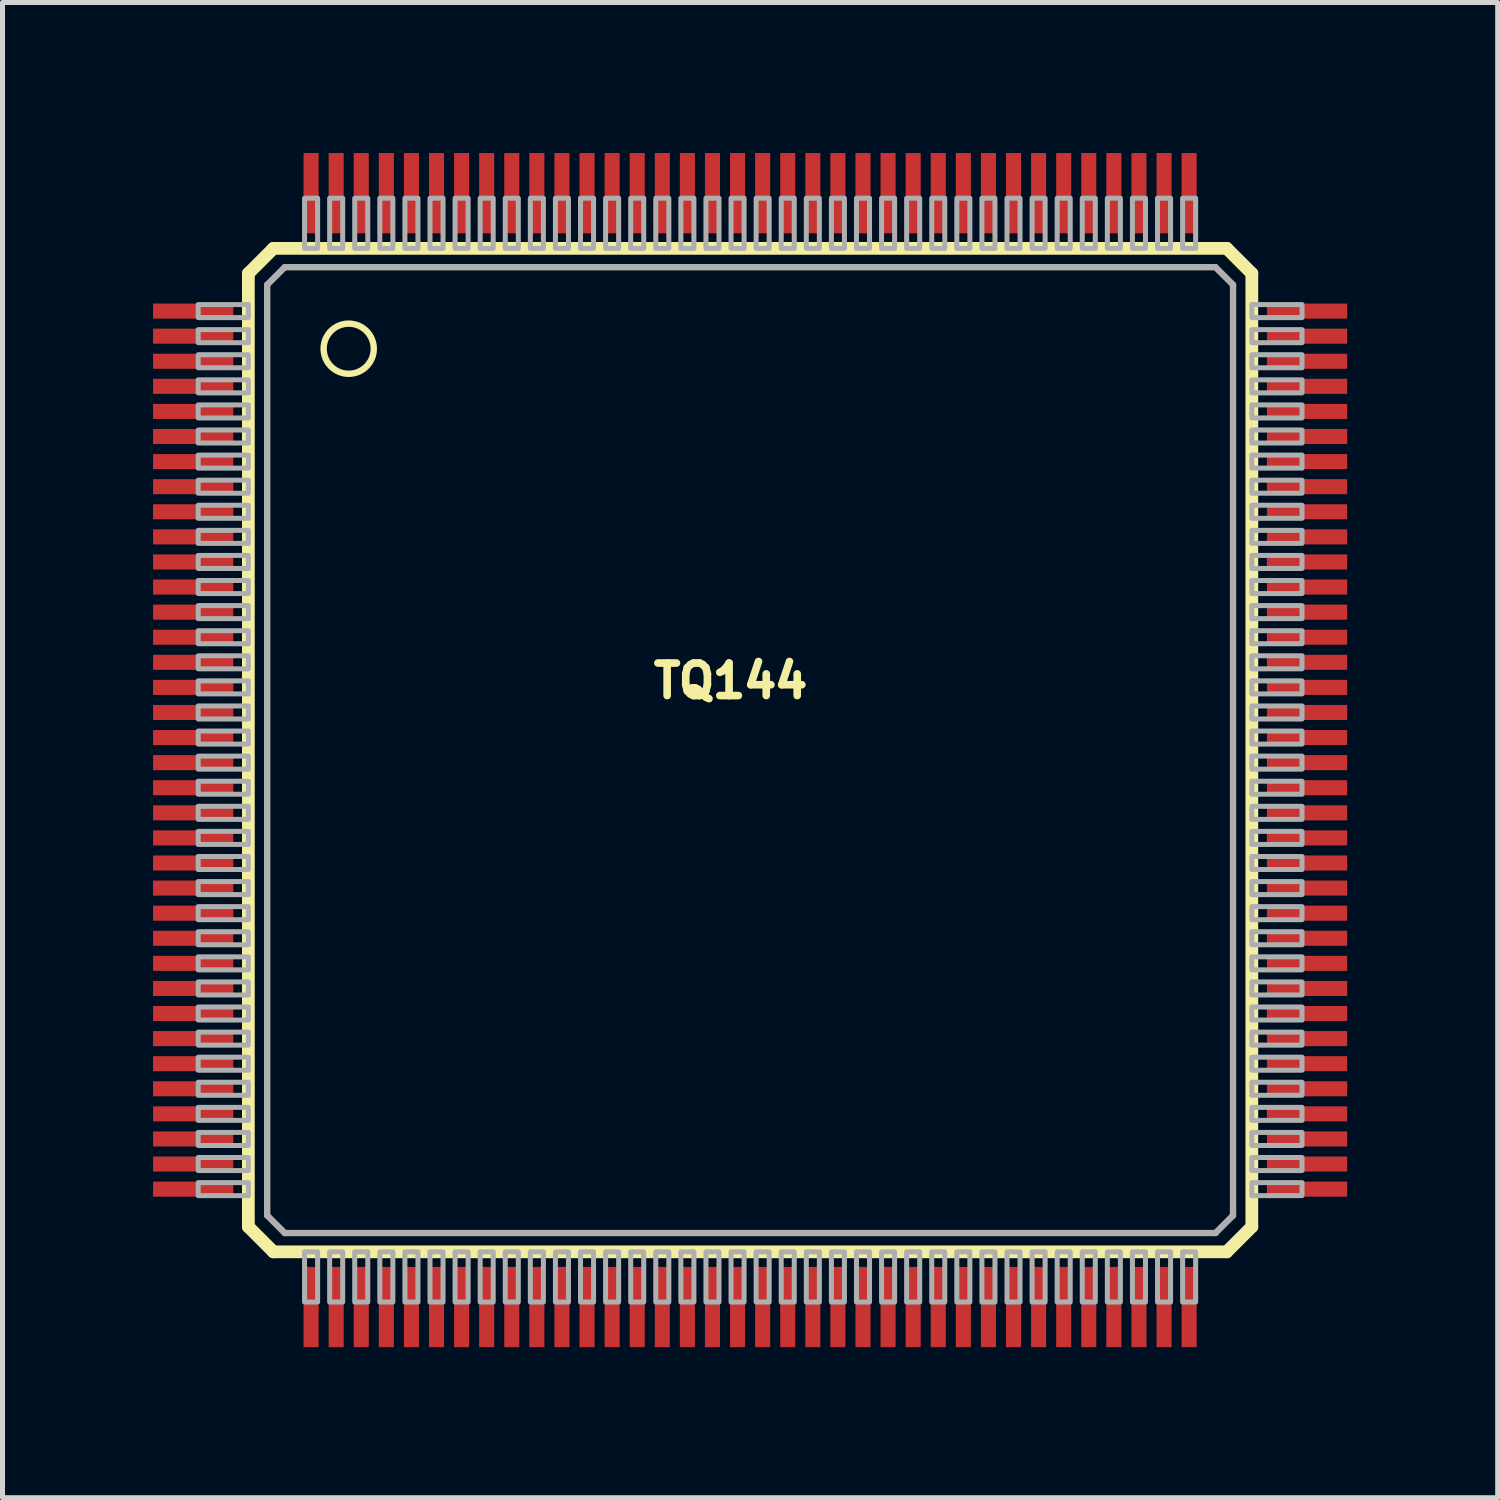
<source format=kicad_pcb>
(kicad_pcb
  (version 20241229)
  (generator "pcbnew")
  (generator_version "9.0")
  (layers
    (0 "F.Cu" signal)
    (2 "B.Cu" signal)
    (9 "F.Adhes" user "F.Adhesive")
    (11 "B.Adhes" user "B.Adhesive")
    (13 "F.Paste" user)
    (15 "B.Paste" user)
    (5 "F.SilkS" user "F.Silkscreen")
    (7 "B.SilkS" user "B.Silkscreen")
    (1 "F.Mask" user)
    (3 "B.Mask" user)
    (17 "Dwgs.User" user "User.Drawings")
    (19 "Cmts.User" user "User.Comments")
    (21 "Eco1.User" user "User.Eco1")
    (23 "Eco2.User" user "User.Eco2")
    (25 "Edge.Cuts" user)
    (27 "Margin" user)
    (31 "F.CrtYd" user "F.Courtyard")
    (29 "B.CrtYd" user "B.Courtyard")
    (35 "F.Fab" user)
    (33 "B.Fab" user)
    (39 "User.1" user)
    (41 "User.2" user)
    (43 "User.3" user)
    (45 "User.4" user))
  (footprint "TQ144"
    (layer "F.Cu")
    (at 11.9 11.9)
    (property "Reference" "TQ144" (at -2 -1 0) (layer "F.SilkS") (effects (font (size 0.648 0.648) (thickness 0.152)) (justify left bottom)))
    (fp_line (start -10 -9.5) (end -10 9.5) (stroke (width 0.254) (type solid)) (layer "F.SilkS"))
    (fp_line (start -10 9.5) (end -9.5 10) (stroke (width 0.254) (type solid)) (layer "F.SilkS"))
    (fp_line (start -9.5 -10) (end -10 -9.5) (stroke (width 0.254) (type solid)) (layer "F.SilkS"))
    (fp_line (start -9.5 10) (end 9.5 10) (stroke (width 0.254) (type solid)) (layer "F.SilkS"))
    (fp_line (start 9.5 -10) (end -9.5 -10) (stroke (width 0.254) (type solid)) (layer "F.SilkS"))
    (fp_line (start 9.5 10) (end 10 9.5) (stroke (width 0.254) (type solid)) (layer "F.SilkS"))
    (fp_line (start 10 -9.5) (end 9.5 -10) (stroke (width 0.254) (type solid)) (layer "F.SilkS"))
    (fp_line (start 10 9.5) (end 10 -9.5) (stroke (width 0.254) (type solid)) (layer "F.SilkS"))
    (fp_circle (center -8 -8) (end -7.5 -8) (stroke (width 0.127) (type solid)) (fill no) (layer "F.SilkS"))
    (fp_line (start -9.625 -9.275) (end -9.625 9.275) (stroke (width 0.127) (type solid)) (layer "F.Fab"))
    (fp_line (start -9.625 9.275) (end -9.275 9.625) (stroke (width 0.127) (type solid)) (layer "F.Fab"))
    (fp_line (start -9.275 -9.625) (end -9.625 -9.275) (stroke (width 0.127) (type solid)) (layer "F.Fab"))
    (fp_line (start -9.275 9.625) (end 9.275 9.625) (stroke (width 0.127) (type solid)) (layer "F.Fab"))
    (fp_line (start 9.275 -9.625) (end -9.275 -9.625) (stroke (width 0.127) (type solid)) (layer "F.Fab"))
    (fp_line (start 9.275 9.625) (end 9.625 9.275) (stroke (width 0.127) (type solid)) (layer "F.Fab"))
    (fp_line (start 9.625 -9.275) (end 9.275 -9.625) (stroke (width 0.127) (type solid)) (layer "F.Fab"))
    (fp_line (start 9.625 9.275) (end 9.625 -9.275) (stroke (width 0.127) (type solid)) (layer "F.Fab"))
    (fp_poly (pts (xy -11 -8.62) (xy -10 -8.62) (xy -10 -8.88) (xy -11 -8.88)) (stroke (width 0.1) (type solid)) (fill no) (layer "F.Fab"))
    (fp_poly (pts (xy -11 -8.12) (xy -10 -8.12) (xy -10 -8.38) (xy -11 -8.38)) (stroke (width 0.1) (type solid)) (fill no) (layer "F.Fab"))
    (fp_poly (pts (xy -11 -7.62) (xy -10 -7.62) (xy -10 -7.88) (xy -11 -7.88)) (stroke (width 0.1) (type solid)) (fill no) (layer "F.Fab"))
    (fp_poly (pts (xy -11 -7.12) (xy -10 -7.12) (xy -10 -7.38) (xy -11 -7.38)) (stroke (width 0.1) (type solid)) (fill no) (layer "F.Fab"))
    (fp_poly (pts (xy -11 -6.62) (xy -10 -6.62) (xy -10 -6.88) (xy -11 -6.88)) (stroke (width 0.1) (type solid)) (fill no) (layer "F.Fab"))
    (fp_poly (pts (xy -11 -6.12) (xy -10 -6.12) (xy -10 -6.38) (xy -11 -6.38)) (stroke (width 0.1) (type solid)) (fill no) (layer "F.Fab"))
    (fp_poly (pts (xy -11 -5.62) (xy -10 -5.62) (xy -10 -5.88) (xy -11 -5.88)) (stroke (width 0.1) (type solid)) (fill no) (layer "F.Fab"))
    (fp_poly (pts (xy -11 -5.12) (xy -10 -5.12) (xy -10 -5.38) (xy -11 -5.38)) (stroke (width 0.1) (type solid)) (fill no) (layer "F.Fab"))
    (fp_poly (pts (xy -11 -4.62) (xy -10 -4.62) (xy -10 -4.88) (xy -11 -4.88)) (stroke (width 0.1) (type solid)) (fill no) (layer "F.Fab"))
    (fp_poly (pts (xy -11 -4.12) (xy -10 -4.12) (xy -10 -4.38) (xy -11 -4.38)) (stroke (width 0.1) (type solid)) (fill no) (layer "F.Fab"))
    (fp_poly (pts (xy -11 -3.62) (xy -10 -3.62) (xy -10 -3.88) (xy -11 -3.88)) (stroke (width 0.1) (type solid)) (fill no) (layer "F.Fab"))
    (fp_poly (pts (xy -11 -3.12) (xy -10 -3.12) (xy -10 -3.38) (xy -11 -3.38)) (stroke (width 0.1) (type solid)) (fill no) (layer "F.Fab"))
    (fp_poly (pts (xy -11 -2.62) (xy -10 -2.62) (xy -10 -2.88) (xy -11 -2.88)) (stroke (width 0.1) (type solid)) (fill no) (layer "F.Fab"))
    (fp_poly (pts (xy -11 -2.12) (xy -10 -2.12) (xy -10 -2.38) (xy -11 -2.38)) (stroke (width 0.1) (type solid)) (fill no) (layer "F.Fab"))
    (fp_poly (pts (xy -11 -1.62) (xy -10 -1.62) (xy -10 -1.88) (xy -11 -1.88)) (stroke (width 0.1) (type solid)) (fill no) (layer "F.Fab"))
    (fp_poly (pts (xy -11 -1.12) (xy -10 -1.12) (xy -10 -1.38) (xy -11 -1.38)) (stroke (width 0.1) (type solid)) (fill no) (layer "F.Fab"))
    (fp_poly (pts (xy -11 -0.62) (xy -10 -0.62) (xy -10 -0.88) (xy -11 -0.88)) (stroke (width 0.1) (type solid)) (fill no) (layer "F.Fab"))
    (fp_poly (pts (xy -11 -0.12) (xy -10 -0.12) (xy -10 -0.38) (xy -11 -0.38)) (stroke (width 0.1) (type solid)) (fill no) (layer "F.Fab"))
    (fp_poly (pts (xy -11 0.38) (xy -10 0.38) (xy -10 0.12) (xy -11 0.12)) (stroke (width 0.1) (type solid)) (fill no) (layer "F.Fab"))
    (fp_poly (pts (xy -11 0.88) (xy -10 0.88) (xy -10 0.62) (xy -11 0.62)) (stroke (width 0.1) (type solid)) (fill no) (layer "F.Fab"))
    (fp_poly (pts (xy -11 1.38) (xy -10 1.38) (xy -10 1.12) (xy -11 1.12)) (stroke (width 0.1) (type solid)) (fill no) (layer "F.Fab"))
    (fp_poly (pts (xy -11 1.88) (xy -10 1.88) (xy -10 1.62) (xy -11 1.62)) (stroke (width 0.1) (type solid)) (fill no) (layer "F.Fab"))
    (fp_poly (pts (xy -11 2.38) (xy -10 2.38) (xy -10 2.12) (xy -11 2.12)) (stroke (width 0.1) (type solid)) (fill no) (layer "F.Fab"))
    (fp_poly (pts (xy -11 2.88) (xy -10 2.88) (xy -10 2.62) (xy -11 2.62)) (stroke (width 0.1) (type solid)) (fill no) (layer "F.Fab"))
    (fp_poly (pts (xy -11 3.38) (xy -10 3.38) (xy -10 3.12) (xy -11 3.12)) (stroke (width 0.1) (type solid)) (fill no) (layer "F.Fab"))
    (fp_poly (pts (xy -11 3.88) (xy -10 3.88) (xy -10 3.62) (xy -11 3.62)) (stroke (width 0.1) (type solid)) (fill no) (layer "F.Fab"))
    (fp_poly (pts (xy -11 4.38) (xy -10 4.38) (xy -10 4.12) (xy -11 4.12)) (stroke (width 0.1) (type solid)) (fill no) (layer "F.Fab"))
    (fp_poly (pts (xy -11 4.88) (xy -10 4.88) (xy -10 4.62) (xy -11 4.62)) (stroke (width 0.1) (type solid)) (fill no) (layer "F.Fab"))
    (fp_poly (pts (xy -11 5.38) (xy -10 5.38) (xy -10 5.12) (xy -11 5.12)) (stroke (width 0.1) (type solid)) (fill no) (layer "F.Fab"))
    (fp_poly (pts (xy -11 5.88) (xy -10 5.88) (xy -10 5.62) (xy -11 5.62)) (stroke (width 0.1) (type solid)) (fill no) (layer "F.Fab"))
    (fp_poly (pts (xy -11 6.38) (xy -10 6.38) (xy -10 6.12) (xy -11 6.12)) (stroke (width 0.1) (type solid)) (fill no) (layer "F.Fab"))
    (fp_poly (pts (xy -11 6.88) (xy -10 6.88) (xy -10 6.62) (xy -11 6.62)) (stroke (width 0.1) (type solid)) (fill no) (layer "F.Fab"))
    (fp_poly (pts (xy -11 7.38) (xy -10 7.38) (xy -10 7.12) (xy -11 7.12)) (stroke (width 0.1) (type solid)) (fill no) (layer "F.Fab"))
    (fp_poly (pts (xy -11 7.88) (xy -10 7.88) (xy -10 7.62) (xy -11 7.62)) (stroke (width 0.1) (type solid)) (fill no) (layer "F.Fab"))
    (fp_poly (pts (xy -11 8.38) (xy -10 8.38) (xy -10 8.12) (xy -11 8.12)) (stroke (width 0.1) (type solid)) (fill no) (layer "F.Fab"))
    (fp_poly (pts (xy -11 8.88) (xy -10 8.88) (xy -10 8.62) (xy -11 8.62)) (stroke (width 0.1) (type solid)) (fill no) (layer "F.Fab"))
    (fp_poly (pts (xy -8.88 -10) (xy -8.62 -10) (xy -8.62 -11) (xy -8.88 -11)) (stroke (width 0.1) (type solid)) (fill no) (layer "F.Fab"))
    (fp_poly (pts (xy -8.88 11) (xy -8.62 11) (xy -8.62 10) (xy -8.88 10)) (stroke (width 0.1) (type solid)) (fill no) (layer "F.Fab"))
    (fp_poly (pts (xy -8.38 -10) (xy -8.12 -10) (xy -8.12 -11) (xy -8.38 -11)) (stroke (width 0.1) (type solid)) (fill no) (layer "F.Fab"))
    (fp_poly (pts (xy -8.38 11) (xy -8.12 11) (xy -8.12 10) (xy -8.38 10)) (stroke (width 0.1) (type solid)) (fill no) (layer "F.Fab"))
    (fp_poly (pts (xy -7.88 -10) (xy -7.62 -10) (xy -7.62 -11) (xy -7.88 -11)) (stroke (width 0.1) (type solid)) (fill no) (layer "F.Fab"))
    (fp_poly (pts (xy -7.88 11) (xy -7.62 11) (xy -7.62 10) (xy -7.88 10)) (stroke (width 0.1) (type solid)) (fill no) (layer "F.Fab"))
    (fp_poly (pts (xy -7.38 -10) (xy -7.12 -10) (xy -7.12 -11) (xy -7.38 -11)) (stroke (width 0.1) (type solid)) (fill no) (layer "F.Fab"))
    (fp_poly (pts (xy -7.38 11) (xy -7.12 11) (xy -7.12 10) (xy -7.38 10)) (stroke (width 0.1) (type solid)) (fill no) (layer "F.Fab"))
    (fp_poly (pts (xy -6.88 -10) (xy -6.62 -10) (xy -6.62 -11) (xy -6.88 -11)) (stroke (width 0.1) (type solid)) (fill no) (layer "F.Fab"))
    (fp_poly (pts (xy -6.88 11) (xy -6.62 11) (xy -6.62 10) (xy -6.88 10)) (stroke (width 0.1) (type solid)) (fill no) (layer "F.Fab"))
    (fp_poly (pts (xy -6.38 -10) (xy -6.12 -10) (xy -6.12 -11) (xy -6.38 -11)) (stroke (width 0.1) (type solid)) (fill no) (layer "F.Fab"))
    (fp_poly (pts (xy -6.38 11) (xy -6.12 11) (xy -6.12 10) (xy -6.38 10)) (stroke (width 0.1) (type solid)) (fill no) (layer "F.Fab"))
    (fp_poly (pts (xy -5.88 -10) (xy -5.62 -10) (xy -5.62 -11) (xy -5.88 -11)) (stroke (width 0.1) (type solid)) (fill no) (layer "F.Fab"))
    (fp_poly (pts (xy -5.88 11) (xy -5.62 11) (xy -5.62 10) (xy -5.88 10)) (stroke (width 0.1) (type solid)) (fill no) (layer "F.Fab"))
    (fp_poly (pts (xy -5.38 -10) (xy -5.12 -10) (xy -5.12 -11) (xy -5.38 -11)) (stroke (width 0.1) (type solid)) (fill no) (layer "F.Fab"))
    (fp_poly (pts (xy -5.38 11) (xy -5.12 11) (xy -5.12 10) (xy -5.38 10)) (stroke (width 0.1) (type solid)) (fill no) (layer "F.Fab"))
    (fp_poly (pts (xy -4.88 -10) (xy -4.62 -10) (xy -4.62 -11) (xy -4.88 -11)) (stroke (width 0.1) (type solid)) (fill no) (layer "F.Fab"))
    (fp_poly (pts (xy -4.88 11) (xy -4.62 11) (xy -4.62 10) (xy -4.88 10)) (stroke (width 0.1) (type solid)) (fill no) (layer "F.Fab"))
    (fp_poly (pts (xy -4.38 -10) (xy -4.12 -10) (xy -4.12 -11) (xy -4.38 -11)) (stroke (width 0.1) (type solid)) (fill no) (layer "F.Fab"))
    (fp_poly (pts (xy -4.38 11) (xy -4.12 11) (xy -4.12 10) (xy -4.38 10)) (stroke (width 0.1) (type solid)) (fill no) (layer "F.Fab"))
    (fp_poly (pts (xy -3.88 -10) (xy -3.62 -10) (xy -3.62 -11) (xy -3.88 -11)) (stroke (width 0.1) (type solid)) (fill no) (layer "F.Fab"))
    (fp_poly (pts (xy -3.88 11) (xy -3.62 11) (xy -3.62 10) (xy -3.88 10)) (stroke (width 0.1) (type solid)) (fill no) (layer "F.Fab"))
    (fp_poly (pts (xy -3.38 -10) (xy -3.12 -10) (xy -3.12 -11) (xy -3.38 -11)) (stroke (width 0.1) (type solid)) (fill no) (layer "F.Fab"))
    (fp_poly (pts (xy -3.38 11) (xy -3.12 11) (xy -3.12 10) (xy -3.38 10)) (stroke (width 0.1) (type solid)) (fill no) (layer "F.Fab"))
    (fp_poly (pts (xy -2.88 -10) (xy -2.62 -10) (xy -2.62 -11) (xy -2.88 -11)) (stroke (width 0.1) (type solid)) (fill no) (layer "F.Fab"))
    (fp_poly (pts (xy -2.88 11) (xy -2.62 11) (xy -2.62 10) (xy -2.88 10)) (stroke (width 0.1) (type solid)) (fill no) (layer "F.Fab"))
    (fp_poly (pts (xy -2.38 -10) (xy -2.12 -10) (xy -2.12 -11) (xy -2.38 -11)) (stroke (width 0.1) (type solid)) (fill no) (layer "F.Fab"))
    (fp_poly (pts (xy -2.38 11) (xy -2.12 11) (xy -2.12 10) (xy -2.38 10)) (stroke (width 0.1) (type solid)) (fill no) (layer "F.Fab"))
    (fp_poly (pts (xy -1.88 -10) (xy -1.62 -10) (xy -1.62 -11) (xy -1.88 -11)) (stroke (width 0.1) (type solid)) (fill no) (layer "F.Fab"))
    (fp_poly (pts (xy -1.88 11) (xy -1.62 11) (xy -1.62 10) (xy -1.88 10)) (stroke (width 0.1) (type solid)) (fill no) (layer "F.Fab"))
    (fp_poly (pts (xy -1.38 -10) (xy -1.12 -10) (xy -1.12 -11) (xy -1.38 -11)) (stroke (width 0.1) (type solid)) (fill no) (layer "F.Fab"))
    (fp_poly (pts (xy -1.38 11) (xy -1.12 11) (xy -1.12 10) (xy -1.38 10)) (stroke (width 0.1) (type solid)) (fill no) (layer "F.Fab"))
    (fp_poly (pts (xy -0.88 -10) (xy -0.62 -10) (xy -0.62 -11) (xy -0.88 -11)) (stroke (width 0.1) (type solid)) (fill no) (layer "F.Fab"))
    (fp_poly (pts (xy -0.88 11) (xy -0.62 11) (xy -0.62 10) (xy -0.88 10)) (stroke (width 0.1) (type solid)) (fill no) (layer "F.Fab"))
    (fp_poly (pts (xy -0.38 -10) (xy -0.12 -10) (xy -0.12 -11) (xy -0.38 -11)) (stroke (width 0.1) (type solid)) (fill no) (layer "F.Fab"))
    (fp_poly (pts (xy -0.38 11) (xy -0.12 11) (xy -0.12 10) (xy -0.38 10)) (stroke (width 0.1) (type solid)) (fill no) (layer "F.Fab"))
    (fp_poly (pts (xy 0.12 -10) (xy 0.38 -10) (xy 0.38 -11) (xy 0.12 -11)) (stroke (width 0.1) (type solid)) (fill no) (layer "F.Fab"))
    (fp_poly (pts (xy 0.12 11) (xy 0.38 11) (xy 0.38 10) (xy 0.12 10)) (stroke (width 0.1) (type solid)) (fill no) (layer "F.Fab"))
    (fp_poly (pts (xy 0.62 -10) (xy 0.88 -10) (xy 0.88 -11) (xy 0.62 -11)) (stroke (width 0.1) (type solid)) (fill no) (layer "F.Fab"))
    (fp_poly (pts (xy 0.62 11) (xy 0.88 11) (xy 0.88 10) (xy 0.62 10)) (stroke (width 0.1) (type solid)) (fill no) (layer "F.Fab"))
    (fp_poly (pts (xy 1.12 -10) (xy 1.38 -10) (xy 1.38 -11) (xy 1.12 -11)) (stroke (width 0.1) (type solid)) (fill no) (layer "F.Fab"))
    (fp_poly (pts (xy 1.12 11) (xy 1.38 11) (xy 1.38 10) (xy 1.12 10)) (stroke (width 0.1) (type solid)) (fill no) (layer "F.Fab"))
    (fp_poly (pts (xy 1.62 -10) (xy 1.88 -10) (xy 1.88 -11) (xy 1.62 -11)) (stroke (width 0.1) (type solid)) (fill no) (layer "F.Fab"))
    (fp_poly (pts (xy 1.62 11) (xy 1.88 11) (xy 1.88 10) (xy 1.62 10)) (stroke (width 0.1) (type solid)) (fill no) (layer "F.Fab"))
    (fp_poly (pts (xy 2.12 -10) (xy 2.38 -10) (xy 2.38 -11) (xy 2.12 -11)) (stroke (width 0.1) (type solid)) (fill no) (layer "F.Fab"))
    (fp_poly (pts (xy 2.12 11) (xy 2.38 11) (xy 2.38 10) (xy 2.12 10)) (stroke (width 0.1) (type solid)) (fill no) (layer "F.Fab"))
    (fp_poly (pts (xy 2.62 -10) (xy 2.88 -10) (xy 2.88 -11) (xy 2.62 -11)) (stroke (width 0.1) (type solid)) (fill no) (layer "F.Fab"))
    (fp_poly (pts (xy 2.62 11) (xy 2.88 11) (xy 2.88 10) (xy 2.62 10)) (stroke (width 0.1) (type solid)) (fill no) (layer "F.Fab"))
    (fp_poly (pts (xy 3.12 -10) (xy 3.38 -10) (xy 3.38 -11) (xy 3.12 -11)) (stroke (width 0.1) (type solid)) (fill no) (layer "F.Fab"))
    (fp_poly (pts (xy 3.12 11) (xy 3.38 11) (xy 3.38 10) (xy 3.12 10)) (stroke (width 0.1) (type solid)) (fill no) (layer "F.Fab"))
    (fp_poly (pts (xy 3.62 -10) (xy 3.88 -10) (xy 3.88 -11) (xy 3.62 -11)) (stroke (width 0.1) (type solid)) (fill no) (layer "F.Fab"))
    (fp_poly (pts (xy 3.62 11) (xy 3.88 11) (xy 3.88 10) (xy 3.62 10)) (stroke (width 0.1) (type solid)) (fill no) (layer "F.Fab"))
    (fp_poly (pts (xy 4.12 -10) (xy 4.38 -10) (xy 4.38 -11) (xy 4.12 -11)) (stroke (width 0.1) (type solid)) (fill no) (layer "F.Fab"))
    (fp_poly (pts (xy 4.12 11) (xy 4.38 11) (xy 4.38 10) (xy 4.12 10)) (stroke (width 0.1) (type solid)) (fill no) (layer "F.Fab"))
    (fp_poly (pts (xy 4.62 -10) (xy 4.88 -10) (xy 4.88 -11) (xy 4.62 -11)) (stroke (width 0.1) (type solid)) (fill no) (layer "F.Fab"))
    (fp_poly (pts (xy 4.62 11) (xy 4.88 11) (xy 4.88 10) (xy 4.62 10)) (stroke (width 0.1) (type solid)) (fill no) (layer "F.Fab"))
    (fp_poly (pts (xy 5.12 -10) (xy 5.38 -10) (xy 5.38 -11) (xy 5.12 -11)) (stroke (width 0.1) (type solid)) (fill no) (layer "F.Fab"))
    (fp_poly (pts (xy 5.12 11) (xy 5.38 11) (xy 5.38 10) (xy 5.12 10)) (stroke (width 0.1) (type solid)) (fill no) (layer "F.Fab"))
    (fp_poly (pts (xy 5.62 -10) (xy 5.88 -10) (xy 5.88 -11) (xy 5.62 -11)) (stroke (width 0.1) (type solid)) (fill no) (layer "F.Fab"))
    (fp_poly (pts (xy 5.62 11) (xy 5.88 11) (xy 5.88 10) (xy 5.62 10)) (stroke (width 0.1) (type solid)) (fill no) (layer "F.Fab"))
    (fp_poly (pts (xy 6.12 -10) (xy 6.38 -10) (xy 6.38 -11) (xy 6.12 -11)) (stroke (width 0.1) (type solid)) (fill no) (layer "F.Fab"))
    (fp_poly (pts (xy 6.12 11) (xy 6.38 11) (xy 6.38 10) (xy 6.12 10)) (stroke (width 0.1) (type solid)) (fill no) (layer "F.Fab"))
    (fp_poly (pts (xy 6.62 -10) (xy 6.88 -10) (xy 6.88 -11) (xy 6.62 -11)) (stroke (width 0.1) (type solid)) (fill no) (layer "F.Fab"))
    (fp_poly (pts (xy 6.62 11) (xy 6.88 11) (xy 6.88 10) (xy 6.62 10)) (stroke (width 0.1) (type solid)) (fill no) (layer "F.Fab"))
    (fp_poly (pts (xy 7.12 -10) (xy 7.38 -10) (xy 7.38 -11) (xy 7.12 -11)) (stroke (width 0.1) (type solid)) (fill no) (layer "F.Fab"))
    (fp_poly (pts (xy 7.12 11) (xy 7.38 11) (xy 7.38 10) (xy 7.12 10)) (stroke (width 0.1) (type solid)) (fill no) (layer "F.Fab"))
    (fp_poly (pts (xy 7.62 -10) (xy 7.88 -10) (xy 7.88 -11) (xy 7.62 -11)) (stroke (width 0.1) (type solid)) (fill no) (layer "F.Fab"))
    (fp_poly (pts (xy 7.62 11) (xy 7.88 11) (xy 7.88 10) (xy 7.62 10)) (stroke (width 0.1) (type solid)) (fill no) (layer "F.Fab"))
    (fp_poly (pts (xy 8.12 -10) (xy 8.38 -10) (xy 8.38 -11) (xy 8.12 -11)) (stroke (width 0.1) (type solid)) (fill no) (layer "F.Fab"))
    (fp_poly (pts (xy 8.12 11) (xy 8.38 11) (xy 8.38 10) (xy 8.12 10)) (stroke (width 0.1) (type solid)) (fill no) (layer "F.Fab"))
    (fp_poly (pts (xy 8.62 -10) (xy 8.88 -10) (xy 8.88 -11) (xy 8.62 -11)) (stroke (width 0.1) (type solid)) (fill no) (layer "F.Fab"))
    (fp_poly (pts (xy 8.62 11) (xy 8.88 11) (xy 8.88 10) (xy 8.62 10)) (stroke (width 0.1) (type solid)) (fill no) (layer "F.Fab"))
    (fp_poly (pts (xy 10 -8.62) (xy 11 -8.62) (xy 11 -8.88) (xy 10 -8.88)) (stroke (width 0.1) (type solid)) (fill no) (layer "F.Fab"))
    (fp_poly (pts (xy 10 -8.12) (xy 11 -8.12) (xy 11 -8.38) (xy 10 -8.38)) (stroke (width 0.1) (type solid)) (fill no) (layer "F.Fab"))
    (fp_poly (pts (xy 10 -7.62) (xy 11 -7.62) (xy 11 -7.88) (xy 10 -7.88)) (stroke (width 0.1) (type solid)) (fill no) (layer "F.Fab"))
    (fp_poly (pts (xy 10 -7.12) (xy 11 -7.12) (xy 11 -7.38) (xy 10 -7.38)) (stroke (width 0.1) (type solid)) (fill no) (layer "F.Fab"))
    (fp_poly (pts (xy 10 -6.62) (xy 11 -6.62) (xy 11 -6.88) (xy 10 -6.88)) (stroke (width 0.1) (type solid)) (fill no) (layer "F.Fab"))
    (fp_poly (pts (xy 10 -6.12) (xy 11 -6.12) (xy 11 -6.38) (xy 10 -6.38)) (stroke (width 0.1) (type solid)) (fill no) (layer "F.Fab"))
    (fp_poly (pts (xy 10 -5.62) (xy 11 -5.62) (xy 11 -5.88) (xy 10 -5.88)) (stroke (width 0.1) (type solid)) (fill no) (layer "F.Fab"))
    (fp_poly (pts (xy 10 -5.12) (xy 11 -5.12) (xy 11 -5.38) (xy 10 -5.38)) (stroke (width 0.1) (type solid)) (fill no) (layer "F.Fab"))
    (fp_poly (pts (xy 10 -4.62) (xy 11 -4.62) (xy 11 -4.88) (xy 10 -4.88)) (stroke (width 0.1) (type solid)) (fill no) (layer "F.Fab"))
    (fp_poly (pts (xy 10 -4.12) (xy 11 -4.12) (xy 11 -4.38) (xy 10 -4.38)) (stroke (width 0.1) (type solid)) (fill no) (layer "F.Fab"))
    (fp_poly (pts (xy 10 -3.62) (xy 11 -3.62) (xy 11 -3.88) (xy 10 -3.88)) (stroke (width 0.1) (type solid)) (fill no) (layer "F.Fab"))
    (fp_poly (pts (xy 10 -3.12) (xy 11 -3.12) (xy 11 -3.38) (xy 10 -3.38)) (stroke (width 0.1) (type solid)) (fill no) (layer "F.Fab"))
    (fp_poly (pts (xy 10 -2.62) (xy 11 -2.62) (xy 11 -2.88) (xy 10 -2.88)) (stroke (width 0.1) (type solid)) (fill no) (layer "F.Fab"))
    (fp_poly (pts (xy 10 -2.12) (xy 11 -2.12) (xy 11 -2.38) (xy 10 -2.38)) (stroke (width 0.1) (type solid)) (fill no) (layer "F.Fab"))
    (fp_poly (pts (xy 10 -1.62) (xy 11 -1.62) (xy 11 -1.88) (xy 10 -1.88)) (stroke (width 0.1) (type solid)) (fill no) (layer "F.Fab"))
    (fp_poly (pts (xy 10 -1.12) (xy 11 -1.12) (xy 11 -1.38) (xy 10 -1.38)) (stroke (width 0.1) (type solid)) (fill no) (layer "F.Fab"))
    (fp_poly (pts (xy 10 -0.62) (xy 11 -0.62) (xy 11 -0.88) (xy 10 -0.88)) (stroke (width 0.1) (type solid)) (fill no) (layer "F.Fab"))
    (fp_poly (pts (xy 10 -0.12) (xy 11 -0.12) (xy 11 -0.38) (xy 10 -0.38)) (stroke (width 0.1) (type solid)) (fill no) (layer "F.Fab"))
    (fp_poly (pts (xy 10 0.38) (xy 11 0.38) (xy 11 0.12) (xy 10 0.12)) (stroke (width 0.1) (type solid)) (fill no) (layer "F.Fab"))
    (fp_poly (pts (xy 10 0.88) (xy 11 0.88) (xy 11 0.62) (xy 10 0.62)) (stroke (width 0.1) (type solid)) (fill no) (layer "F.Fab"))
    (fp_poly (pts (xy 10 1.38) (xy 11 1.38) (xy 11 1.12) (xy 10 1.12)) (stroke (width 0.1) (type solid)) (fill no) (layer "F.Fab"))
    (fp_poly (pts (xy 10 1.88) (xy 11 1.88) (xy 11 1.62) (xy 10 1.62)) (stroke (width 0.1) (type solid)) (fill no) (layer "F.Fab"))
    (fp_poly (pts (xy 10 2.38) (xy 11 2.38) (xy 11 2.12) (xy 10 2.12)) (stroke (width 0.1) (type solid)) (fill no) (layer "F.Fab"))
    (fp_poly (pts (xy 10 2.88) (xy 11 2.88) (xy 11 2.62) (xy 10 2.62)) (stroke (width 0.1) (type solid)) (fill no) (layer "F.Fab"))
    (fp_poly (pts (xy 10 3.38) (xy 11 3.38) (xy 11 3.12) (xy 10 3.12)) (stroke (width 0.1) (type solid)) (fill no) (layer "F.Fab"))
    (fp_poly (pts (xy 10 3.88) (xy 11 3.88) (xy 11 3.62) (xy 10 3.62)) (stroke (width 0.1) (type solid)) (fill no) (layer "F.Fab"))
    (fp_poly (pts (xy 10 4.38) (xy 11 4.38) (xy 11 4.12) (xy 10 4.12)) (stroke (width 0.1) (type solid)) (fill no) (layer "F.Fab"))
    (fp_poly (pts (xy 10 4.88) (xy 11 4.88) (xy 11 4.62) (xy 10 4.62)) (stroke (width 0.1) (type solid)) (fill no) (layer "F.Fab"))
    (fp_poly (pts (xy 10 5.38) (xy 11 5.38) (xy 11 5.12) (xy 10 5.12)) (stroke (width 0.1) (type solid)) (fill no) (layer "F.Fab"))
    (fp_poly (pts (xy 10 5.88) (xy 11 5.88) (xy 11 5.62) (xy 10 5.62)) (stroke (width 0.1) (type solid)) (fill no) (layer "F.Fab"))
    (fp_poly (pts (xy 10 6.38) (xy 11 6.38) (xy 11 6.12) (xy 10 6.12)) (stroke (width 0.1) (type solid)) (fill no) (layer "F.Fab"))
    (fp_poly (pts (xy 10 6.88) (xy 11 6.88) (xy 11 6.62) (xy 10 6.62)) (stroke (width 0.1) (type solid)) (fill no) (layer "F.Fab"))
    (fp_poly (pts (xy 10 7.38) (xy 11 7.38) (xy 11 7.12) (xy 10 7.12)) (stroke (width 0.1) (type solid)) (fill no) (layer "F.Fab"))
    (fp_poly (pts (xy 10 7.88) (xy 11 7.88) (xy 11 7.62) (xy 10 7.62)) (stroke (width 0.1) (type solid)) (fill no) (layer "F.Fab"))
    (fp_poly (pts (xy 10 8.38) (xy 11 8.38) (xy 11 8.12) (xy 10 8.12)) (stroke (width 0.1) (type solid)) (fill no) (layer "F.Fab"))
    (fp_poly (pts (xy 10 8.88) (xy 11 8.88) (xy 11 8.62) (xy 10 8.62)) (stroke (width 0.1) (type solid)) (fill no) (layer "F.Fab"))
    (pad "P1" smd rect (at -11.1 -8.75) (size 1.6 0.3) (layers "F.Cu" "F.Mask" "F.Paste"))
    (pad "P2" smd rect (at -11.1 -8.25) (size 1.6 0.3) (layers "F.Cu" "F.Mask" "F.Paste"))
    (pad "P3" smd rect (at -11.1 -7.75) (size 1.6 0.3) (layers "F.Cu" "F.Mask" "F.Paste"))
    (pad "P4" smd rect (at -11.1 -7.25) (size 1.6 0.3) (layers "F.Cu" "F.Mask" "F.Paste"))
    (pad "P5" smd rect (at -11.1 -6.75) (size 1.6 0.3) (layers "F.Cu" "F.Mask" "F.Paste"))
    (pad "P6" smd rect (at -11.1 -6.25) (size 1.6 0.3) (layers "F.Cu" "F.Mask" "F.Paste"))
    (pad "P7" smd rect (at -11.1 -5.75) (size 1.6 0.3) (layers "F.Cu" "F.Mask" "F.Paste"))
    (pad "P8" smd rect (at -11.1 -5.25) (size 1.6 0.3) (layers "F.Cu" "F.Mask" "F.Paste"))
    (pad "P9" smd rect (at -11.1 -4.75) (size 1.6 0.3) (layers "F.Cu" "F.Mask" "F.Paste"))
    (pad "P10" smd rect (at -11.1 -4.25) (size 1.6 0.3) (layers "F.Cu" "F.Mask" "F.Paste"))
    (pad "P11" smd rect (at -11.1 -3.75) (size 1.6 0.3) (layers "F.Cu" "F.Mask" "F.Paste"))
    (pad "P12" smd rect (at -11.1 -3.25) (size 1.6 0.3) (layers "F.Cu" "F.Mask" "F.Paste"))
    (pad "P13" smd rect (at -11.1 -2.75) (size 1.6 0.3) (layers "F.Cu" "F.Mask" "F.Paste"))
    (pad "P14" smd rect (at -11.1 -2.25) (size 1.6 0.3) (layers "F.Cu" "F.Mask" "F.Paste"))
    (pad "P15" smd rect (at -11.1 -1.75) (size 1.6 0.3) (layers "F.Cu" "F.Mask" "F.Paste"))
    (pad "P16" smd rect (at -11.1 -1.25) (size 1.6 0.3) (layers "F.Cu" "F.Mask" "F.Paste"))
    (pad "P17" smd rect (at -11.1 -0.75) (size 1.6 0.3) (layers "F.Cu" "F.Mask" "F.Paste"))
    (pad "P18" smd rect (at -11.1 -0.25) (size 1.6 0.3) (layers "F.Cu" "F.Mask" "F.Paste"))
    (pad "P19" smd rect (at -11.1 0.25) (size 1.6 0.3) (layers "F.Cu" "F.Mask" "F.Paste"))
    (pad "P20" smd rect (at -11.1 0.75) (size 1.6 0.3) (layers "F.Cu" "F.Mask" "F.Paste"))
    (pad "P21" smd rect (at -11.1 1.25) (size 1.6 0.3) (layers "F.Cu" "F.Mask" "F.Paste"))
    (pad "P22" smd rect (at -11.1 1.75) (size 1.6 0.3) (layers "F.Cu" "F.Mask" "F.Paste"))
    (pad "P23" smd rect (at -11.1 2.25) (size 1.6 0.3) (layers "F.Cu" "F.Mask" "F.Paste"))
    (pad "P24" smd rect (at -11.1 2.75) (size 1.6 0.3) (layers "F.Cu" "F.Mask" "F.Paste"))
    (pad "P25" smd rect (at -11.1 3.25) (size 1.6 0.3) (layers "F.Cu" "F.Mask" "F.Paste"))
    (pad "P26" smd rect (at -11.1 3.75) (size 1.6 0.3) (layers "F.Cu" "F.Mask" "F.Paste"))
    (pad "P27" smd rect (at -11.1 4.25) (size 1.6 0.3) (layers "F.Cu" "F.Mask" "F.Paste"))
    (pad "P28" smd rect (at -11.1 4.75) (size 1.6 0.3) (layers "F.Cu" "F.Mask" "F.Paste"))
    (pad "P29" smd rect (at -11.1 5.25) (size 1.6 0.3) (layers "F.Cu" "F.Mask" "F.Paste"))
    (pad "P30" smd rect (at -11.1 5.75) (size 1.6 0.3) (layers "F.Cu" "F.Mask" "F.Paste"))
    (pad "P31" smd rect (at -11.1 6.25) (size 1.6 0.3) (layers "F.Cu" "F.Mask" "F.Paste"))
    (pad "P32" smd rect (at -11.1 6.75) (size 1.6 0.3) (layers "F.Cu" "F.Mask" "F.Paste"))
    (pad "P33" smd rect (at -11.1 7.25) (size 1.6 0.3) (layers "F.Cu" "F.Mask" "F.Paste"))
    (pad "P34" smd rect (at -11.1 7.75) (size 1.6 0.3) (layers "F.Cu" "F.Mask" "F.Paste"))
    (pad "P35" smd rect (at -11.1 8.25) (size 1.6 0.3) (layers "F.Cu" "F.Mask" "F.Paste"))
    (pad "P36" smd rect (at -11.1 8.75) (size 1.6 0.3) (layers "F.Cu" "F.Mask" "F.Paste"))
    (pad "P37" smd rect (at -8.75 11.1 90) (size 1.6 0.3) (layers "F.Cu" "F.Mask" "F.Paste"))
    (pad "P38" smd rect (at -8.25 11.1 90) (size 1.6 0.3) (layers "F.Cu" "F.Mask" "F.Paste"))
    (pad "P39" smd rect (at -7.75 11.1 90) (size 1.6 0.3) (layers "F.Cu" "F.Mask" "F.Paste"))
    (pad "P40" smd rect (at -7.25 11.1 90) (size 1.6 0.3) (layers "F.Cu" "F.Mask" "F.Paste"))
    (pad "P41" smd rect (at -6.75 11.1 90) (size 1.6 0.3) (layers "F.Cu" "F.Mask" "F.Paste"))
    (pad "P42" smd rect (at -6.25 11.1 90) (size 1.6 0.3) (layers "F.Cu" "F.Mask" "F.Paste"))
    (pad "P43" smd rect (at -5.75 11.1 90) (size 1.6 0.3) (layers "F.Cu" "F.Mask" "F.Paste"))
    (pad "P44" smd rect (at -5.25 11.1 90) (size 1.6 0.3) (layers "F.Cu" "F.Mask" "F.Paste"))
    (pad "P45" smd rect (at -4.75 11.1 90) (size 1.6 0.3) (layers "F.Cu" "F.Mask" "F.Paste"))
    (pad "P46" smd rect (at -4.25 11.1 90) (size 1.6 0.3) (layers "F.Cu" "F.Mask" "F.Paste"))
    (pad "P47" smd rect (at -3.75 11.1 90) (size 1.6 0.3) (layers "F.Cu" "F.Mask" "F.Paste"))
    (pad "P48" smd rect (at -3.25 11.1 90) (size 1.6 0.3) (layers "F.Cu" "F.Mask" "F.Paste"))
    (pad "P49" smd rect (at -2.75 11.1 90) (size 1.6 0.3) (layers "F.Cu" "F.Mask" "F.Paste"))
    (pad "P50" smd rect (at -2.25 11.1 90) (size 1.6 0.3) (layers "F.Cu" "F.Mask" "F.Paste"))
    (pad "P51" smd rect (at -1.75 11.1 90) (size 1.6 0.3) (layers "F.Cu" "F.Mask" "F.Paste"))
    (pad "P52" smd rect (at -1.25 11.1 90) (size 1.6 0.3) (layers "F.Cu" "F.Mask" "F.Paste"))
    (pad "P53" smd rect (at -0.75 11.1 90) (size 1.6 0.3) (layers "F.Cu" "F.Mask" "F.Paste"))
    (pad "P54" smd rect (at -0.25 11.1 90) (size 1.6 0.3) (layers "F.Cu" "F.Mask" "F.Paste"))
    (pad "P55" smd rect (at 0.25 11.1 90) (size 1.6 0.3) (layers "F.Cu" "F.Mask" "F.Paste"))
    (pad "P56" smd rect (at 0.75 11.1 90) (size 1.6 0.3) (layers "F.Cu" "F.Mask" "F.Paste"))
    (pad "P57" smd rect (at 1.25 11.1 90) (size 1.6 0.3) (layers "F.Cu" "F.Mask" "F.Paste"))
    (pad "P58" smd rect (at 1.75 11.1 90) (size 1.6 0.3) (layers "F.Cu" "F.Mask" "F.Paste"))
    (pad "P59" smd rect (at 2.25 11.1 90) (size 1.6 0.3) (layers "F.Cu" "F.Mask" "F.Paste"))
    (pad "P60" smd rect (at 2.75 11.1 90) (size 1.6 0.3) (layers "F.Cu" "F.Mask" "F.Paste"))
    (pad "P61" smd rect (at 3.25 11.1 90) (size 1.6 0.3) (layers "F.Cu" "F.Mask" "F.Paste"))
    (pad "P62" smd rect (at 3.75 11.1 90) (size 1.6 0.3) (layers "F.Cu" "F.Mask" "F.Paste"))
    (pad "P63" smd rect (at 4.25 11.1 90) (size 1.6 0.3) (layers "F.Cu" "F.Mask" "F.Paste"))
    (pad "P64" smd rect (at 4.75 11.1 90) (size 1.6 0.3) (layers "F.Cu" "F.Mask" "F.Paste"))
    (pad "P65" smd rect (at 5.25 11.1 90) (size 1.6 0.3) (layers "F.Cu" "F.Mask" "F.Paste"))
    (pad "P66" smd rect (at 5.75 11.1 90) (size 1.6 0.3) (layers "F.Cu" "F.Mask" "F.Paste"))
    (pad "P67" smd rect (at 6.25 11.1 90) (size 1.6 0.3) (layers "F.Cu" "F.Mask" "F.Paste"))
    (pad "P68" smd rect (at 6.75 11.1 90) (size 1.6 0.3) (layers "F.Cu" "F.Mask" "F.Paste"))
    (pad "P69" smd rect (at 7.25 11.1 90) (size 1.6 0.3) (layers "F.Cu" "F.Mask" "F.Paste"))
    (pad "P70" smd rect (at 7.75 11.1 90) (size 1.6 0.3) (layers "F.Cu" "F.Mask" "F.Paste"))
    (pad "P71" smd rect (at 8.25 11.1 90) (size 1.6 0.3) (layers "F.Cu" "F.Mask" "F.Paste"))
    (pad "P72" smd rect (at 8.75 11.1 90) (size 1.6 0.3) (layers "F.Cu" "F.Mask" "F.Paste"))
    (pad "P73" smd rect (at 11.1 8.75) (size 1.6 0.3) (layers "F.Cu" "F.Mask" "F.Paste"))
    (pad "P74" smd rect (at 11.1 8.25) (size 1.6 0.3) (layers "F.Cu" "F.Mask" "F.Paste"))
    (pad "P75" smd rect (at 11.1 7.75) (size 1.6 0.3) (layers "F.Cu" "F.Mask" "F.Paste"))
    (pad "P76" smd rect (at 11.1 7.25) (size 1.6 0.3) (layers "F.Cu" "F.Mask" "F.Paste"))
    (pad "P77" smd rect (at 11.1 6.75) (size 1.6 0.3) (layers "F.Cu" "F.Mask" "F.Paste"))
    (pad "P78" smd rect (at 11.1 6.25) (size 1.6 0.3) (layers "F.Cu" "F.Mask" "F.Paste"))
    (pad "P79" smd rect (at 11.1 5.75) (size 1.6 0.3) (layers "F.Cu" "F.Mask" "F.Paste"))
    (pad "P80" smd rect (at 11.1 5.25) (size 1.6 0.3) (layers "F.Cu" "F.Mask" "F.Paste"))
    (pad "P81" smd rect (at 11.1 4.75) (size 1.6 0.3) (layers "F.Cu" "F.Mask" "F.Paste"))
    (pad "P82" smd rect (at 11.1 4.25) (size 1.6 0.3) (layers "F.Cu" "F.Mask" "F.Paste"))
    (pad "P83" smd rect (at 11.1 3.75) (size 1.6 0.3) (layers "F.Cu" "F.Mask" "F.Paste"))
    (pad "P84" smd rect (at 11.1 3.25) (size 1.6 0.3) (layers "F.Cu" "F.Mask" "F.Paste"))
    (pad "P85" smd rect (at 11.1 2.75) (size 1.6 0.3) (layers "F.Cu" "F.Mask" "F.Paste"))
    (pad "P86" smd rect (at 11.1 2.25) (size 1.6 0.3) (layers "F.Cu" "F.Mask" "F.Paste"))
    (pad "P87" smd rect (at 11.1 1.75) (size 1.6 0.3) (layers "F.Cu" "F.Mask" "F.Paste"))
    (pad "P88" smd rect (at 11.1 1.25) (size 1.6 0.3) (layers "F.Cu" "F.Mask" "F.Paste"))
    (pad "P89" smd rect (at 11.1 0.75) (size 1.6 0.3) (layers "F.Cu" "F.Mask" "F.Paste"))
    (pad "P90" smd rect (at 11.1 0.25) (size 1.6 0.3) (layers "F.Cu" "F.Mask" "F.Paste"))
    (pad "P91" smd rect (at 11.1 -0.25) (size 1.6 0.3) (layers "F.Cu" "F.Mask" "F.Paste"))
    (pad "P92" smd rect (at 11.1 -0.75) (size 1.6 0.3) (layers "F.Cu" "F.Mask" "F.Paste"))
    (pad "P93" smd rect (at 11.1 -1.25) (size 1.6 0.3) (layers "F.Cu" "F.Mask" "F.Paste"))
    (pad "P94" smd rect (at 11.1 -1.75) (size 1.6 0.3) (layers "F.Cu" "F.Mask" "F.Paste"))
    (pad "P95" smd rect (at 11.1 -2.25) (size 1.6 0.3) (layers "F.Cu" "F.Mask" "F.Paste"))
    (pad "P96" smd rect (at 11.1 -2.75) (size 1.6 0.3) (layers "F.Cu" "F.Mask" "F.Paste"))
    (pad "P97" smd rect (at 11.1 -3.25) (size 1.6 0.3) (layers "F.Cu" "F.Mask" "F.Paste"))
    (pad "P98" smd rect (at 11.1 -3.75) (size 1.6 0.3) (layers "F.Cu" "F.Mask" "F.Paste"))
    (pad "P99" smd rect (at 11.1 -4.25) (size 1.6 0.3) (layers "F.Cu" "F.Mask" "F.Paste"))
    (pad "P100" smd rect (at 11.1 -4.75) (size 1.6 0.3) (layers "F.Cu" "F.Mask" "F.Paste"))
    (pad "P101" smd rect (at 11.1 -5.25) (size 1.6 0.3) (layers "F.Cu" "F.Mask" "F.Paste"))
    (pad "P102" smd rect (at 11.1 -5.75) (size 1.6 0.3) (layers "F.Cu" "F.Mask" "F.Paste"))
    (pad "P103" smd rect (at 11.1 -6.25) (size 1.6 0.3) (layers "F.Cu" "F.Mask" "F.Paste"))
    (pad "P104" smd rect (at 11.1 -6.75) (size 1.6 0.3) (layers "F.Cu" "F.Mask" "F.Paste"))
    (pad "P105" smd rect (at 11.1 -7.25) (size 1.6 0.3) (layers "F.Cu" "F.Mask" "F.Paste"))
    (pad "P106" smd rect (at 11.1 -7.75) (size 1.6 0.3) (layers "F.Cu" "F.Mask" "F.Paste"))
    (pad "P107" smd rect (at 11.1 -8.25) (size 1.6 0.3) (layers "F.Cu" "F.Mask" "F.Paste"))
    (pad "P108" smd rect (at 11.1 -8.75) (size 1.6 0.3) (layers "F.Cu" "F.Mask" "F.Paste"))
    (pad "P109" smd rect (at 8.75 -11.1 90) (size 1.6 0.3) (layers "F.Cu" "F.Mask" "F.Paste"))
    (pad "P110" smd rect (at 8.25 -11.1 90) (size 1.6 0.3) (layers "F.Cu" "F.Mask" "F.Paste"))
    (pad "P111" smd rect (at 7.75 -11.1 90) (size 1.6 0.3) (layers "F.Cu" "F.Mask" "F.Paste"))
    (pad "P112" smd rect (at 7.25 -11.1 90) (size 1.6 0.3) (layers "F.Cu" "F.Mask" "F.Paste"))
    (pad "P113" smd rect (at 6.75 -11.1 90) (size 1.6 0.3) (layers "F.Cu" "F.Mask" "F.Paste"))
    (pad "P114" smd rect (at 6.25 -11.1 90) (size 1.6 0.3) (layers "F.Cu" "F.Mask" "F.Paste"))
    (pad "P115" smd rect (at 5.75 -11.1 90) (size 1.6 0.3) (layers "F.Cu" "F.Mask" "F.Paste"))
    (pad "P116" smd rect (at 5.25 -11.1 90) (size 1.6 0.3) (layers "F.Cu" "F.Mask" "F.Paste"))
    (pad "P117" smd rect (at 4.75 -11.1 90) (size 1.6 0.3) (layers "F.Cu" "F.Mask" "F.Paste"))
    (pad "P118" smd rect (at 4.25 -11.1 90) (size 1.6 0.3) (layers "F.Cu" "F.Mask" "F.Paste"))
    (pad "P119" smd rect (at 3.75 -11.1 90) (size 1.6 0.3) (layers "F.Cu" "F.Mask" "F.Paste"))
    (pad "P120" smd rect (at 3.25 -11.1 90) (size 1.6 0.3) (layers "F.Cu" "F.Mask" "F.Paste"))
    (pad "P121" smd rect (at 2.75 -11.1 90) (size 1.6 0.3) (layers "F.Cu" "F.Mask" "F.Paste"))
    (pad "P122" smd rect (at 2.25 -11.1 90) (size 1.6 0.3) (layers "F.Cu" "F.Mask" "F.Paste"))
    (pad "P123" smd rect (at 1.75 -11.1 90) (size 1.6 0.3) (layers "F.Cu" "F.Mask" "F.Paste"))
    (pad "P124" smd rect (at 1.25 -11.1 90) (size 1.6 0.3) (layers "F.Cu" "F.Mask" "F.Paste"))
    (pad "P125" smd rect (at 0.75 -11.1 90) (size 1.6 0.3) (layers "F.Cu" "F.Mask" "F.Paste"))
    (pad "P126" smd rect (at 0.25 -11.1 90) (size 1.6 0.3) (layers "F.Cu" "F.Mask" "F.Paste"))
    (pad "P127" smd rect (at -0.25 -11.1 90) (size 1.6 0.3) (layers "F.Cu" "F.Mask" "F.Paste"))
    (pad "P128" smd rect (at -0.75 -11.1 90) (size 1.6 0.3) (layers "F.Cu" "F.Mask" "F.Paste"))
    (pad "P129" smd rect (at -1.25 -11.1 90) (size 1.6 0.3) (layers "F.Cu" "F.Mask" "F.Paste"))
    (pad "P130" smd rect (at -1.75 -11.1 90) (size 1.6 0.3) (layers "F.Cu" "F.Mask" "F.Paste"))
    (pad "P131" smd rect (at -2.25 -11.1 90) (size 1.6 0.3) (layers "F.Cu" "F.Mask" "F.Paste"))
    (pad "P132" smd rect (at -2.75 -11.1 90) (size 1.6 0.3) (layers "F.Cu" "F.Mask" "F.Paste"))
    (pad "P133" smd rect (at -3.25 -11.1 90) (size 1.6 0.3) (layers "F.Cu" "F.Mask" "F.Paste"))
    (pad "P134" smd rect (at -3.75 -11.1 90) (size 1.6 0.3) (layers "F.Cu" "F.Mask" "F.Paste"))
    (pad "P135" smd rect (at -4.25 -11.1 90) (size 1.6 0.3) (layers "F.Cu" "F.Mask" "F.Paste"))
    (pad "P136" smd rect (at -4.75 -11.1 90) (size 1.6 0.3) (layers "F.Cu" "F.Mask" "F.Paste"))
    (pad "P137" smd rect (at -5.25 -11.1 90) (size 1.6 0.3) (layers "F.Cu" "F.Mask" "F.Paste"))
    (pad "P138" smd rect (at -5.75 -11.1 90) (size 1.6 0.3) (layers "F.Cu" "F.Mask" "F.Paste"))
    (pad "P139" smd rect (at -6.25 -11.1 90) (size 1.6 0.3) (layers "F.Cu" "F.Mask" "F.Paste"))
    (pad "P140" smd rect (at -6.75 -11.1 90) (size 1.6 0.3) (layers "F.Cu" "F.Mask" "F.Paste"))
    (pad "P141" smd rect (at -7.25 -11.1 90) (size 1.6 0.3) (layers "F.Cu" "F.Mask" "F.Paste"))
    (pad "P142" smd rect (at -7.75 -11.1 90) (size 1.6 0.3) (layers "F.Cu" "F.Mask" "F.Paste"))
    (pad "P143" smd rect (at -8.25 -11.1 90) (size 1.6 0.3) (layers "F.Cu" "F.Mask" "F.Paste"))
    (pad "P144" smd rect (at -8.75 -11.1 90) (size 1.6 0.3) (layers "F.Cu" "F.Mask" "F.Paste")))
  (gr_rect
    (start -3 -3)
    (end 26.8 26.8)
    (stroke (width 0.1) (type default))
    (fill no)
    (layer "Edge.Cuts")))
</source>
